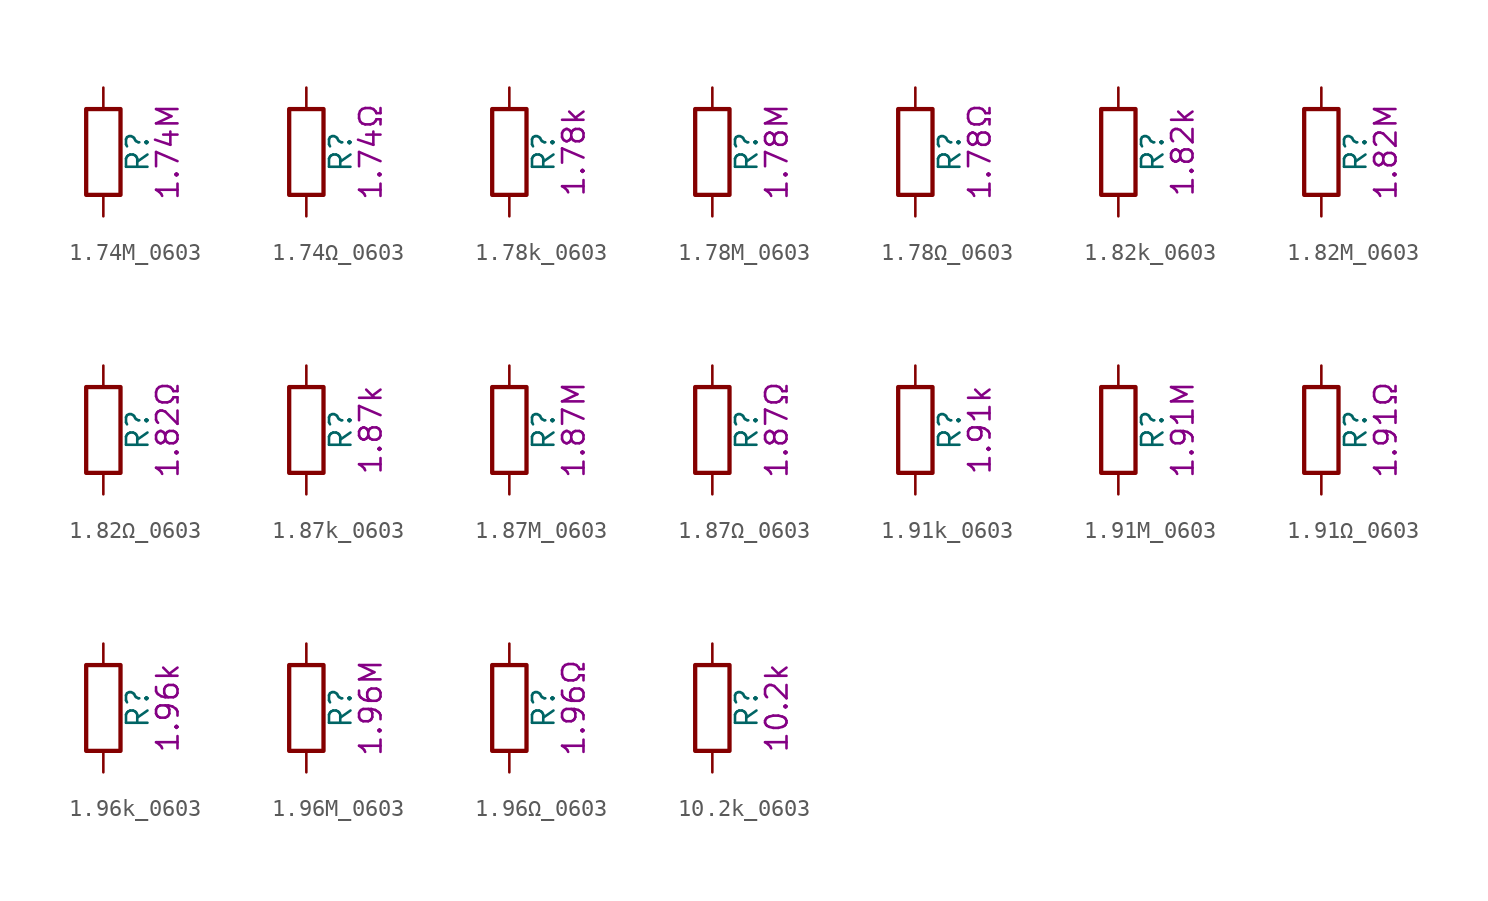
<source format=kicad_sym>
(kicad_symbol_lib
  (version 20211014)
  (generator kicad_symbol_editor)
  (symbol "1.74M_0603"
    (pin_numbers hide)
    (pin_names
      (offset 0))
    (property "Reference" "R"
      (at 2.032 0 90)
      (effects (font (size 1.27 1.27))))
    (property "Display" "1.74M"
      (at 3.81 0 90)
      (effects (font (size 1.27 1.27))))
    (symbol "1.74M_0603_0_1"
      (rectangle (start -1.016 -2.54) (end 1.016 2.54) (stroke (width 0.254) (type default) (color 0 0 0 0)) (fill (type none))))
    (symbol "1.74M_0603_1_1"
      (pin passive line (at 0 3.81 270) (length 1.27) (name "~" (effects (font (size 1.27 1.27)))) (number "1" (effects (font (size 1.27 1.27)))))
      (pin passive line (at 0 -3.81 90) (length 1.27) (name "~" (effects (font (size 1.27 1.27)))) (number "2" (effects (font (size 1.27 1.27)))))))
  (symbol "1.74Ω_0603"
    (pin_numbers hide)
    (pin_names
      (offset 0))
    (property "Reference" "R"
      (at 2.032 0 90)
      (effects (font (size 1.27 1.27))))
    (property "Display" "1.74Ω"
      (at 3.81 0 90)
      (effects (font (size 1.27 1.27))))
    (symbol "1.74Ω_0603_0_1"
      (rectangle (start -1.016 -2.54) (end 1.016 2.54) (stroke (width 0.254) (type default) (color 0 0 0 0)) (fill (type none))))
    (symbol "1.74Ω_0603_1_1"
      (pin passive line (at 0 3.81 270) (length 1.27) (name "~" (effects (font (size 1.27 1.27)))) (number "1" (effects (font (size 1.27 1.27)))))
      (pin passive line (at 0 -3.81 90) (length 1.27) (name "~" (effects (font (size 1.27 1.27)))) (number "2" (effects (font (size 1.27 1.27)))))))
  (symbol "1.78k_0603"
    (pin_numbers hide)
    (pin_names
      (offset 0))
    (property "Reference" "R"
      (at 2.032 0 90)
      (effects (font (size 1.27 1.27))))
    (property "Display" "1.78k"
      (at 3.81 0 90)
      (effects (font (size 1.27 1.27))))
    (symbol "1.78k_0603_0_1"
      (rectangle (start -1.016 -2.54) (end 1.016 2.54) (stroke (width 0.254) (type default) (color 0 0 0 0)) (fill (type none))))
    (symbol "1.78k_0603_1_1"
      (pin passive line (at 0 3.81 270) (length 1.27) (name "~" (effects (font (size 1.27 1.27)))) (number "1" (effects (font (size 1.27 1.27)))))
      (pin passive line (at 0 -3.81 90) (length 1.27) (name "~" (effects (font (size 1.27 1.27)))) (number "2" (effects (font (size 1.27 1.27)))))))
  (symbol "1.78M_0603"
    (pin_numbers hide)
    (pin_names
      (offset 0))
    (property "Reference" "R"
      (at 2.032 0 90)
      (effects (font (size 1.27 1.27))))
    (property "Display" "1.78M"
      (at 3.81 0 90)
      (effects (font (size 1.27 1.27))))
    (symbol "1.78M_0603_0_1"
      (rectangle (start -1.016 -2.54) (end 1.016 2.54) (stroke (width 0.254) (type default) (color 0 0 0 0)) (fill (type none))))
    (symbol "1.78M_0603_1_1"
      (pin passive line (at 0 3.81 270) (length 1.27) (name "~" (effects (font (size 1.27 1.27)))) (number "1" (effects (font (size 1.27 1.27)))))
      (pin passive line (at 0 -3.81 90) (length 1.27) (name "~" (effects (font (size 1.27 1.27)))) (number "2" (effects (font (size 1.27 1.27)))))))
  (symbol "1.78Ω_0603"
    (pin_numbers hide)
    (pin_names
      (offset 0))
    (property "Reference" "R"
      (at 2.032 0 90)
      (effects (font (size 1.27 1.27))))
    (property "Display" "1.78Ω"
      (at 3.81 0 90)
      (effects (font (size 1.27 1.27))))
    (symbol "1.78Ω_0603_0_1"
      (rectangle (start -1.016 -2.54) (end 1.016 2.54) (stroke (width 0.254) (type default) (color 0 0 0 0)) (fill (type none))))
    (symbol "1.78Ω_0603_1_1"
      (pin passive line (at 0 3.81 270) (length 1.27) (name "~" (effects (font (size 1.27 1.27)))) (number "1" (effects (font (size 1.27 1.27)))))
      (pin passive line (at 0 -3.81 90) (length 1.27) (name "~" (effects (font (size 1.27 1.27)))) (number "2" (effects (font (size 1.27 1.27)))))))
  (symbol "1.82k_0603"
    (pin_numbers hide)
    (pin_names
      (offset 0))
    (property "Reference" "R"
      (at 2.032 0 90)
      (effects (font (size 1.27 1.27))))
    (property "Display" "1.82k"
      (at 3.81 0 90)
      (effects (font (size 1.27 1.27))))
    (symbol "1.82k_0603_0_1"
      (rectangle (start -1.016 -2.54) (end 1.016 2.54) (stroke (width 0.254) (type default) (color 0 0 0 0)) (fill (type none))))
    (symbol "1.82k_0603_1_1"
      (pin passive line (at 0 3.81 270) (length 1.27) (name "~" (effects (font (size 1.27 1.27)))) (number "1" (effects (font (size 1.27 1.27)))))
      (pin passive line (at 0 -3.81 90) (length 1.27) (name "~" (effects (font (size 1.27 1.27)))) (number "2" (effects (font (size 1.27 1.27)))))))
  (symbol "1.82M_0603"
    (pin_numbers hide)
    (pin_names
      (offset 0))
    (property "Reference" "R"
      (at 2.032 0 90)
      (effects (font (size 1.27 1.27))))
    (property "Display" "1.82M"
      (at 3.81 0 90)
      (effects (font (size 1.27 1.27))))
    (symbol "1.82M_0603_0_1"
      (rectangle (start -1.016 -2.54) (end 1.016 2.54) (stroke (width 0.254) (type default) (color 0 0 0 0)) (fill (type none))))
    (symbol "1.82M_0603_1_1"
      (pin passive line (at 0 3.81 270) (length 1.27) (name "~" (effects (font (size 1.27 1.27)))) (number "1" (effects (font (size 1.27 1.27)))))
      (pin passive line (at 0 -3.81 90) (length 1.27) (name "~" (effects (font (size 1.27 1.27)))) (number "2" (effects (font (size 1.27 1.27)))))))
  (symbol "1.82Ω_0603"
    (pin_numbers hide)
    (pin_names
      (offset 0))
    (property "Reference" "R"
      (at 2.032 0 90)
      (effects (font (size 1.27 1.27))))
    (property "Display" "1.82Ω"
      (at 3.81 0 90)
      (effects (font (size 1.27 1.27))))
    (symbol "1.82Ω_0603_0_1"
      (rectangle (start -1.016 -2.54) (end 1.016 2.54) (stroke (width 0.254) (type default) (color 0 0 0 0)) (fill (type none))))
    (symbol "1.82Ω_0603_1_1"
      (pin passive line (at 0 3.81 270) (length 1.27) (name "~" (effects (font (size 1.27 1.27)))) (number "1" (effects (font (size 1.27 1.27)))))
      (pin passive line (at 0 -3.81 90) (length 1.27) (name "~" (effects (font (size 1.27 1.27)))) (number "2" (effects (font (size 1.27 1.27)))))))
  (symbol "1.87k_0603"
    (pin_numbers hide)
    (pin_names
      (offset 0))
    (property "Reference" "R"
      (at 2.032 0 90)
      (effects (font (size 1.27 1.27))))
    (property "Display" "1.87k"
      (at 3.81 0 90)
      (effects (font (size 1.27 1.27))))
    (symbol "1.87k_0603_0_1"
      (rectangle (start -1.016 -2.54) (end 1.016 2.54) (stroke (width 0.254) (type default) (color 0 0 0 0)) (fill (type none))))
    (symbol "1.87k_0603_1_1"
      (pin passive line (at 0 3.81 270) (length 1.27) (name "~" (effects (font (size 1.27 1.27)))) (number "1" (effects (font (size 1.27 1.27)))))
      (pin passive line (at 0 -3.81 90) (length 1.27) (name "~" (effects (font (size 1.27 1.27)))) (number "2" (effects (font (size 1.27 1.27)))))))
  (symbol "1.87M_0603"
    (pin_numbers hide)
    (pin_names
      (offset 0))
    (property "Reference" "R"
      (at 2.032 0 90)
      (effects (font (size 1.27 1.27))))
    (property "Display" "1.87M"
      (at 3.81 0 90)
      (effects (font (size 1.27 1.27))))
    (symbol "1.87M_0603_0_1"
      (rectangle (start -1.016 -2.54) (end 1.016 2.54) (stroke (width 0.254) (type default) (color 0 0 0 0)) (fill (type none))))
    (symbol "1.87M_0603_1_1"
      (pin passive line (at 0 3.81 270) (length 1.27) (name "~" (effects (font (size 1.27 1.27)))) (number "1" (effects (font (size 1.27 1.27)))))
      (pin passive line (at 0 -3.81 90) (length 1.27) (name "~" (effects (font (size 1.27 1.27)))) (number "2" (effects (font (size 1.27 1.27)))))))
  (symbol "1.87Ω_0603"
    (pin_numbers hide)
    (pin_names
      (offset 0))
    (property "Reference" "R"
      (at 2.032 0 90)
      (effects (font (size 1.27 1.27))))
    (property "Display" "1.87Ω"
      (at 3.81 0 90)
      (effects (font (size 1.27 1.27))))
    (symbol "1.87Ω_0603_0_1"
      (rectangle (start -1.016 -2.54) (end 1.016 2.54) (stroke (width 0.254) (type default) (color 0 0 0 0)) (fill (type none))))
    (symbol "1.87Ω_0603_1_1"
      (pin passive line (at 0 3.81 270) (length 1.27) (name "~" (effects (font (size 1.27 1.27)))) (number "1" (effects (font (size 1.27 1.27)))))
      (pin passive line (at 0 -3.81 90) (length 1.27) (name "~" (effects (font (size 1.27 1.27)))) (number "2" (effects (font (size 1.27 1.27)))))))
  (symbol "1.91k_0603"
    (pin_numbers hide)
    (pin_names
      (offset 0))
    (property "Reference" "R"
      (at 2.032 0 90)
      (effects (font (size 1.27 1.27))))
    (property "Display" "1.91k"
      (at 3.81 0 90)
      (effects (font (size 1.27 1.27))))
    (symbol "1.91k_0603_0_1"
      (rectangle (start -1.016 -2.54) (end 1.016 2.54) (stroke (width 0.254) (type default) (color 0 0 0 0)) (fill (type none))))
    (symbol "1.91k_0603_1_1"
      (pin passive line (at 0 3.81 270) (length 1.27) (name "~" (effects (font (size 1.27 1.27)))) (number "1" (effects (font (size 1.27 1.27)))))
      (pin passive line (at 0 -3.81 90) (length 1.27) (name "~" (effects (font (size 1.27 1.27)))) (number "2" (effects (font (size 1.27 1.27)))))))
  (symbol "1.91M_0603"
    (pin_numbers hide)
    (pin_names
      (offset 0))
    (property "Reference" "R"
      (at 2.032 0 90)
      (effects (font (size 1.27 1.27))))
    (property "Display" "1.91M"
      (at 3.81 0 90)
      (effects (font (size 1.27 1.27))))
    (symbol "1.91M_0603_0_1"
      (rectangle (start -1.016 -2.54) (end 1.016 2.54) (stroke (width 0.254) (type default) (color 0 0 0 0)) (fill (type none))))
    (symbol "1.91M_0603_1_1"
      (pin passive line (at 0 3.81 270) (length 1.27) (name "~" (effects (font (size 1.27 1.27)))) (number "1" (effects (font (size 1.27 1.27)))))
      (pin passive line (at 0 -3.81 90) (length 1.27) (name "~" (effects (font (size 1.27 1.27)))) (number "2" (effects (font (size 1.27 1.27)))))))
  (symbol "1.91Ω_0603"
    (pin_numbers hide)
    (pin_names
      (offset 0))
    (property "Reference" "R"
      (at 2.032 0 90)
      (effects (font (size 1.27 1.27))))
    (property "Display" "1.91Ω"
      (at 3.81 0 90)
      (effects (font (size 1.27 1.27))))
    (symbol "1.91Ω_0603_0_1"
      (rectangle (start -1.016 -2.54) (end 1.016 2.54) (stroke (width 0.254) (type default) (color 0 0 0 0)) (fill (type none))))
    (symbol "1.91Ω_0603_1_1"
      (pin passive line (at 0 3.81 270) (length 1.27) (name "~" (effects (font (size 1.27 1.27)))) (number "1" (effects (font (size 1.27 1.27)))))
      (pin passive line (at 0 -3.81 90) (length 1.27) (name "~" (effects (font (size 1.27 1.27)))) (number "2" (effects (font (size 1.27 1.27)))))))
  (symbol "1.96k_0603"
    (pin_numbers hide)
    (pin_names
      (offset 0))
    (property "Reference" "R"
      (at 2.032 0 90)
      (effects (font (size 1.27 1.27))))
    (property "Display" "1.96k"
      (at 3.81 0 90)
      (effects (font (size 1.27 1.27))))
    (symbol "1.96k_0603_0_1"
      (rectangle (start -1.016 -2.54) (end 1.016 2.54) (stroke (width 0.254) (type default) (color 0 0 0 0)) (fill (type none))))
    (symbol "1.96k_0603_1_1"
      (pin passive line (at 0 3.81 270) (length 1.27) (name "~" (effects (font (size 1.27 1.27)))) (number "1" (effects (font (size 1.27 1.27)))))
      (pin passive line (at 0 -3.81 90) (length 1.27) (name "~" (effects (font (size 1.27 1.27)))) (number "2" (effects (font (size 1.27 1.27)))))))
  (symbol "1.96M_0603"
    (pin_numbers hide)
    (pin_names
      (offset 0))
    (property "Reference" "R"
      (at 2.032 0 90)
      (effects (font (size 1.27 1.27))))
    (property "Display" "1.96M"
      (at 3.81 0 90)
      (effects (font (size 1.27 1.27))))
    (symbol "1.96M_0603_0_1"
      (rectangle (start -1.016 -2.54) (end 1.016 2.54) (stroke (width 0.254) (type default) (color 0 0 0 0)) (fill (type none))))
    (symbol "1.96M_0603_1_1"
      (pin passive line (at 0 3.81 270) (length 1.27) (name "~" (effects (font (size 1.27 1.27)))) (number "1" (effects (font (size 1.27 1.27)))))
      (pin passive line (at 0 -3.81 90) (length 1.27) (name "~" (effects (font (size 1.27 1.27)))) (number "2" (effects (font (size 1.27 1.27)))))))
  (symbol "1.96Ω_0603"
    (pin_numbers hide)
    (pin_names
      (offset 0))
    (property "Reference" "R"
      (at 2.032 0 90)
      (effects (font (size 1.27 1.27))))
    (property "Display" "1.96Ω"
      (at 3.81 0 90)
      (effects (font (size 1.27 1.27))))
    (symbol "1.96Ω_0603_0_1"
      (rectangle (start -1.016 -2.54) (end 1.016 2.54) (stroke (width 0.254) (type default) (color 0 0 0 0)) (fill (type none))))
    (symbol "1.96Ω_0603_1_1"
      (pin passive line (at 0 3.81 270) (length 1.27) (name "~" (effects (font (size 1.27 1.27)))) (number "1" (effects (font (size 1.27 1.27)))))
      (pin passive line (at 0 -3.81 90) (length 1.27) (name "~" (effects (font (size 1.27 1.27)))) (number "2" (effects (font (size 1.27 1.27)))))))
  (symbol "10.2k_0603"
    (pin_numbers hide)
    (pin_names
      (offset 0))
    (property "Reference" "R"
      (at 2.032 0 90)
      (effects (font (size 1.27 1.27))))
    (property "Display" "10.2k"
      (at 3.81 0 90)
      (effects (font (size 1.27 1.27))))
    (symbol "10.2k_0603_0_1"
      (rectangle (start -1.016 -2.54) (end 1.016 2.54) (stroke (width 0.254) (type default) (color 0 0 0 0)) (fill (type none))))
    (symbol "10.2k_0603_1_1"
      (pin passive line (at 0 3.81 270) (length 1.27) (name "~" (effects (font (size 1.27 1.27)))) (number "1" (effects (font (size 1.27 1.27)))))
      (pin passive line (at 0 -3.81 90) (length 1.27) (name "~" (effects (font (size 1.27 1.27)))) (number "2" (effects (font (size 1.27 1.27))))))))
</source>
